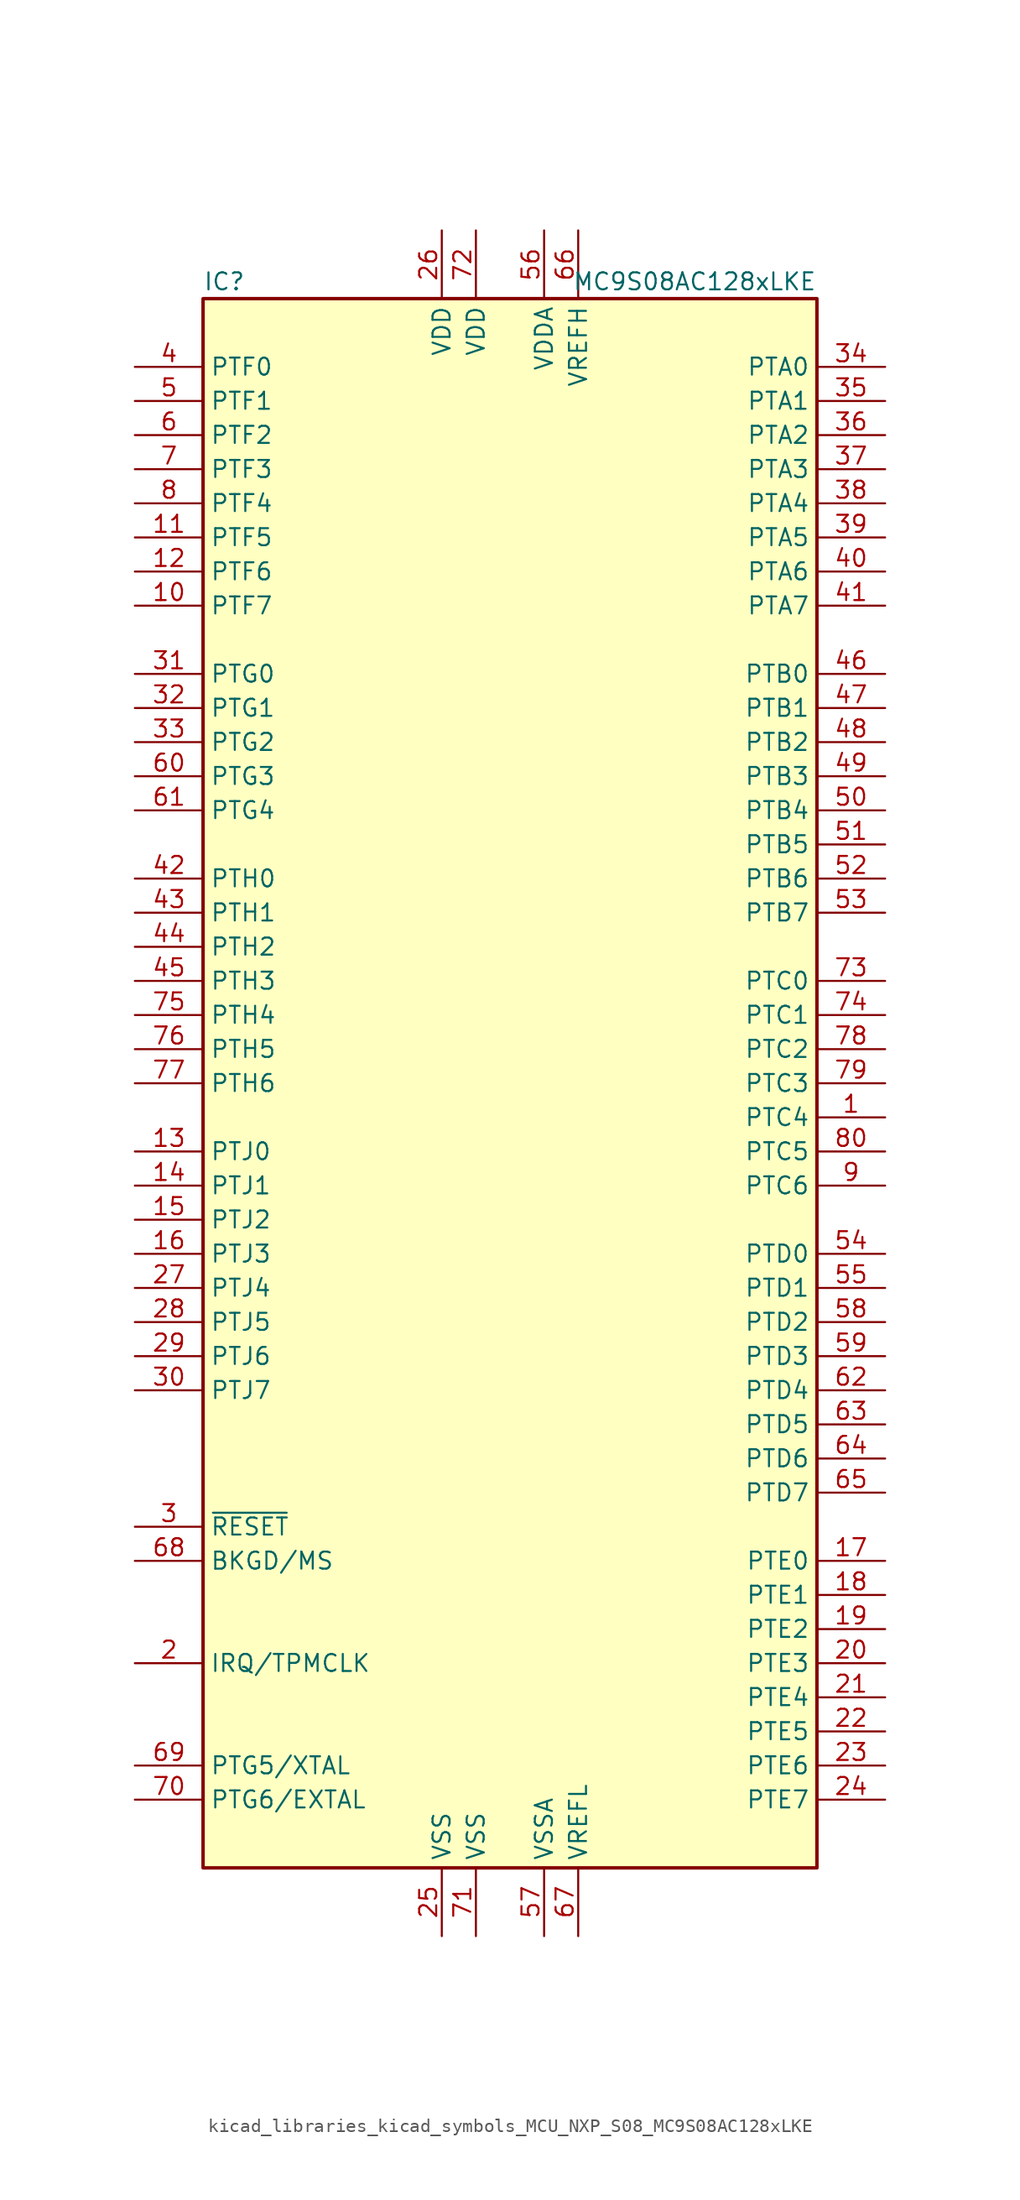
<source format=kicad_sym>
(kicad_symbol_lib
  (version 20220914)
  (generator kicad_symbol_editor)
  (symbol "kicad_libraries_kicad_symbols_MCU_NXP_S08_MC9S08AC128xLKE"
    (property "Reference" "IC"
      (at -22.86 59.69 0)
      (effects (font (size 1.27 1.27)) (justify left)))
    (property "Value" "MC9S08AC128xLKE"
      (at 22.86 59.69 0)
      (effects (font (size 1.27 1.27)) (justify right)))
    (symbol "kicad_libraries_kicad_symbols_MCU_NXP_S08_MC9S08AC128xLKE_0_1"
      (rectangle (start -22.86 58.42) (end 22.86 -58.42) (stroke (width 0.254) (type default)) (fill (type background))))
    (symbol "kicad_libraries_kicad_symbols_MCU_NXP_S08_MC9S08AC128xLKE_1_1"
      (pin bidirectional line (at 27.94 -2.54 180) (length 5.08) (name "PTC4" (effects (font (size 1.27 1.27)))) (number "1" (effects (font (size 1.27 1.27)))))
      (pin bidirectional line (at -27.94 35.56 0) (length 5.08) (name "PTF7" (effects (font (size 1.27 1.27)))) (number "10" (effects (font (size 1.27 1.27)))))
      (pin bidirectional line (at -27.94 40.64 0) (length 5.08) (name "PTF5" (effects (font (size 1.27 1.27)))) (number "11" (effects (font (size 1.27 1.27)))))
      (pin bidirectional line (at -27.94 38.1 0) (length 5.08) (name "PTF6" (effects (font (size 1.27 1.27)))) (number "12" (effects (font (size 1.27 1.27)))))
      (pin bidirectional line (at -27.94 -5.08 0) (length 5.08) (name "PTJ0" (effects (font (size 1.27 1.27)))) (number "13" (effects (font (size 1.27 1.27)))))
      (pin bidirectional line (at -27.94 -7.62 0) (length 5.08) (name "PTJ1" (effects (font (size 1.27 1.27)))) (number "14" (effects (font (size 1.27 1.27)))))
      (pin bidirectional line (at -27.94 -10.16 0) (length 5.08) (name "PTJ2" (effects (font (size 1.27 1.27)))) (number "15" (effects (font (size 1.27 1.27)))))
      (pin bidirectional line (at -27.94 -12.7 0) (length 5.08) (name "PTJ3" (effects (font (size 1.27 1.27)))) (number "16" (effects (font (size 1.27 1.27)))))
      (pin bidirectional line (at 27.94 -35.56 180) (length 5.08) (name "PTE0" (effects (font (size 1.27 1.27)))) (number "17" (effects (font (size 1.27 1.27)))))
      (pin bidirectional line (at 27.94 -38.1 180) (length 5.08) (name "PTE1" (effects (font (size 1.27 1.27)))) (number "18" (effects (font (size 1.27 1.27)))))
      (pin bidirectional line (at 27.94 -40.64 180) (length 5.08) (name "PTE2" (effects (font (size 1.27 1.27)))) (number "19" (effects (font (size 1.27 1.27)))))
      (pin input line (at -27.94 -43.18 0) (length 5.08) (name "IRQ/TPMCLK" (effects (font (size 1.27 1.27)))) (number "2" (effects (font (size 1.27 1.27)))))
      (pin bidirectional line (at 27.94 -43.18 180) (length 5.08) (name "PTE3" (effects (font (size 1.27 1.27)))) (number "20" (effects (font (size 1.27 1.27)))))
      (pin bidirectional line (at 27.94 -45.72 180) (length 5.08) (name "PTE4" (effects (font (size 1.27 1.27)))) (number "21" (effects (font (size 1.27 1.27)))))
      (pin bidirectional line (at 27.94 -48.26 180) (length 5.08) (name "PTE5" (effects (font (size 1.27 1.27)))) (number "22" (effects (font (size 1.27 1.27)))))
      (pin bidirectional line (at 27.94 -50.8 180) (length 5.08) (name "PTE6" (effects (font (size 1.27 1.27)))) (number "23" (effects (font (size 1.27 1.27)))))
      (pin bidirectional line (at 27.94 -53.34 180) (length 5.08) (name "PTE7" (effects (font (size 1.27 1.27)))) (number "24" (effects (font (size 1.27 1.27)))))
      (pin power_in line (at -5.08 -63.5 90) (length 5.08) (name "VSS" (effects (font (size 1.27 1.27)))) (number "25" (effects (font (size 1.27 1.27)))))
      (pin power_in line (at -5.08 63.5 270) (length 5.08) (name "VDD" (effects (font (size 1.27 1.27)))) (number "26" (effects (font (size 1.27 1.27)))))
      (pin bidirectional line (at -27.94 -15.24 0) (length 5.08) (name "PTJ4" (effects (font (size 1.27 1.27)))) (number "27" (effects (font (size 1.27 1.27)))))
      (pin bidirectional line (at -27.94 -17.78 0) (length 5.08) (name "PTJ5" (effects (font (size 1.27 1.27)))) (number "28" (effects (font (size 1.27 1.27)))))
      (pin bidirectional line (at -27.94 -20.32 0) (length 5.08) (name "PTJ6" (effects (font (size 1.27 1.27)))) (number "29" (effects (font (size 1.27 1.27)))))
      (pin input line (at -27.94 -33.02 0) (length 5.08) (name "~{RESET}" (effects (font (size 1.27 1.27)))) (number "3" (effects (font (size 1.27 1.27)))))
      (pin bidirectional line (at -27.94 -22.86 0) (length 5.08) (name "PTJ7" (effects (font (size 1.27 1.27)))) (number "30" (effects (font (size 1.27 1.27)))))
      (pin bidirectional line (at -27.94 30.48 0) (length 5.08) (name "PTG0" (effects (font (size 1.27 1.27)))) (number "31" (effects (font (size 1.27 1.27)))))
      (pin bidirectional line (at -27.94 27.94 0) (length 5.08) (name "PTG1" (effects (font (size 1.27 1.27)))) (number "32" (effects (font (size 1.27 1.27)))))
      (pin bidirectional line (at -27.94 25.4 0) (length 5.08) (name "PTG2" (effects (font (size 1.27 1.27)))) (number "33" (effects (font (size 1.27 1.27)))))
      (pin bidirectional line (at 27.94 53.34 180) (length 5.08) (name "PTA0" (effects (font (size 1.27 1.27)))) (number "34" (effects (font (size 1.27 1.27)))))
      (pin bidirectional line (at 27.94 50.8 180) (length 5.08) (name "PTA1" (effects (font (size 1.27 1.27)))) (number "35" (effects (font (size 1.27 1.27)))))
      (pin bidirectional line (at 27.94 48.26 180) (length 5.08) (name "PTA2" (effects (font (size 1.27 1.27)))) (number "36" (effects (font (size 1.27 1.27)))))
      (pin bidirectional line (at 27.94 45.72 180) (length 5.08) (name "PTA3" (effects (font (size 1.27 1.27)))) (number "37" (effects (font (size 1.27 1.27)))))
      (pin bidirectional line (at 27.94 43.18 180) (length 5.08) (name "PTA4" (effects (font (size 1.27 1.27)))) (number "38" (effects (font (size 1.27 1.27)))))
      (pin bidirectional line (at 27.94 40.64 180) (length 5.08) (name "PTA5" (effects (font (size 1.27 1.27)))) (number "39" (effects (font (size 1.27 1.27)))))
      (pin bidirectional line (at -27.94 53.34 0) (length 5.08) (name "PTF0" (effects (font (size 1.27 1.27)))) (number "4" (effects (font (size 1.27 1.27)))))
      (pin bidirectional line (at 27.94 38.1 180) (length 5.08) (name "PTA6" (effects (font (size 1.27 1.27)))) (number "40" (effects (font (size 1.27 1.27)))))
      (pin bidirectional line (at 27.94 35.56 180) (length 5.08) (name "PTA7" (effects (font (size 1.27 1.27)))) (number "41" (effects (font (size 1.27 1.27)))))
      (pin bidirectional line (at -27.94 15.24 0) (length 5.08) (name "PTH0" (effects (font (size 1.27 1.27)))) (number "42" (effects (font (size 1.27 1.27)))))
      (pin bidirectional line (at -27.94 12.7 0) (length 5.08) (name "PTH1" (effects (font (size 1.27 1.27)))) (number "43" (effects (font (size 1.27 1.27)))))
      (pin bidirectional line (at -27.94 10.16 0) (length 5.08) (name "PTH2" (effects (font (size 1.27 1.27)))) (number "44" (effects (font (size 1.27 1.27)))))
      (pin bidirectional line (at -27.94 7.62 0) (length 5.08) (name "PTH3" (effects (font (size 1.27 1.27)))) (number "45" (effects (font (size 1.27 1.27)))))
      (pin bidirectional line (at 27.94 30.48 180) (length 5.08) (name "PTB0" (effects (font (size 1.27 1.27)))) (number "46" (effects (font (size 1.27 1.27)))))
      (pin bidirectional line (at 27.94 27.94 180) (length 5.08) (name "PTB1" (effects (font (size 1.27 1.27)))) (number "47" (effects (font (size 1.27 1.27)))))
      (pin bidirectional line (at 27.94 25.4 180) (length 5.08) (name "PTB2" (effects (font (size 1.27 1.27)))) (number "48" (effects (font (size 1.27 1.27)))))
      (pin bidirectional line (at 27.94 22.86 180) (length 5.08) (name "PTB3" (effects (font (size 1.27 1.27)))) (number "49" (effects (font (size 1.27 1.27)))))
      (pin bidirectional line (at -27.94 50.8 0) (length 5.08) (name "PTF1" (effects (font (size 1.27 1.27)))) (number "5" (effects (font (size 1.27 1.27)))))
      (pin bidirectional line (at 27.94 20.32 180) (length 5.08) (name "PTB4" (effects (font (size 1.27 1.27)))) (number "50" (effects (font (size 1.27 1.27)))))
      (pin bidirectional line (at 27.94 17.78 180) (length 5.08) (name "PTB5" (effects (font (size 1.27 1.27)))) (number "51" (effects (font (size 1.27 1.27)))))
      (pin bidirectional line (at 27.94 15.24 180) (length 5.08) (name "PTB6" (effects (font (size 1.27 1.27)))) (number "52" (effects (font (size 1.27 1.27)))))
      (pin bidirectional line (at 27.94 12.7 180) (length 5.08) (name "PTB7" (effects (font (size 1.27 1.27)))) (number "53" (effects (font (size 1.27 1.27)))))
      (pin bidirectional line (at 27.94 -12.7 180) (length 5.08) (name "PTD0" (effects (font (size 1.27 1.27)))) (number "54" (effects (font (size 1.27 1.27)))))
      (pin bidirectional line (at 27.94 -15.24 180) (length 5.08) (name "PTD1" (effects (font (size 1.27 1.27)))) (number "55" (effects (font (size 1.27 1.27)))))
      (pin power_in line (at 2.54 63.5 270) (length 5.08) (name "VDDA" (effects (font (size 1.27 1.27)))) (number "56" (effects (font (size 1.27 1.27)))))
      (pin power_in line (at 2.54 -63.5 90) (length 5.08) (name "VSSA" (effects (font (size 1.27 1.27)))) (number "57" (effects (font (size 1.27 1.27)))))
      (pin bidirectional line (at 27.94 -17.78 180) (length 5.08) (name "PTD2" (effects (font (size 1.27 1.27)))) (number "58" (effects (font (size 1.27 1.27)))))
      (pin bidirectional line (at 27.94 -20.32 180) (length 5.08) (name "PTD3" (effects (font (size 1.27 1.27)))) (number "59" (effects (font (size 1.27 1.27)))))
      (pin bidirectional line (at -27.94 48.26 0) (length 5.08) (name "PTF2" (effects (font (size 1.27 1.27)))) (number "6" (effects (font (size 1.27 1.27)))))
      (pin bidirectional line (at -27.94 22.86 0) (length 5.08) (name "PTG3" (effects (font (size 1.27 1.27)))) (number "60" (effects (font (size 1.27 1.27)))))
      (pin bidirectional line (at -27.94 20.32 0) (length 5.08) (name "PTG4" (effects (font (size 1.27 1.27)))) (number "61" (effects (font (size 1.27 1.27)))))
      (pin bidirectional line (at 27.94 -22.86 180) (length 5.08) (name "PTD4" (effects (font (size 1.27 1.27)))) (number "62" (effects (font (size 1.27 1.27)))))
      (pin bidirectional line (at 27.94 -25.4 180) (length 5.08) (name "PTD5" (effects (font (size 1.27 1.27)))) (number "63" (effects (font (size 1.27 1.27)))))
      (pin bidirectional line (at 27.94 -27.94 180) (length 5.08) (name "PTD6" (effects (font (size 1.27 1.27)))) (number "64" (effects (font (size 1.27 1.27)))))
      (pin bidirectional line (at 27.94 -30.48 180) (length 5.08) (name "PTD7" (effects (font (size 1.27 1.27)))) (number "65" (effects (font (size 1.27 1.27)))))
      (pin power_in line (at 5.08 63.5 270) (length 5.08) (name "VREFH" (effects (font (size 1.27 1.27)))) (number "66" (effects (font (size 1.27 1.27)))))
      (pin power_in line (at 5.08 -63.5 90) (length 5.08) (name "VREFL" (effects (font (size 1.27 1.27)))) (number "67" (effects (font (size 1.27 1.27)))))
      (pin bidirectional line (at -27.94 -35.56 0) (length 5.08) (name "BKGD/MS" (effects (font (size 1.27 1.27)))) (number "68" (effects (font (size 1.27 1.27)))))
      (pin bidirectional line (at -27.94 -50.8 0) (length 5.08) (name "PTG5/XTAL" (effects (font (size 1.27 1.27)))) (number "69" (effects (font (size 1.27 1.27)))))
      (pin bidirectional line (at -27.94 45.72 0) (length 5.08) (name "PTF3" (effects (font (size 1.27 1.27)))) (number "7" (effects (font (size 1.27 1.27)))))
      (pin bidirectional line (at -27.94 -53.34 0) (length 5.08) (name "PTG6/EXTAL" (effects (font (size 1.27 1.27)))) (number "70" (effects (font (size 1.27 1.27)))))
      (pin power_in line (at -2.54 -63.5 90) (length 5.08) (name "VSS" (effects (font (size 1.27 1.27)))) (number "71" (effects (font (size 1.27 1.27)))))
      (pin power_in line (at -2.54 63.5 270) (length 5.08) (name "VDD" (effects (font (size 1.27 1.27)))) (number "72" (effects (font (size 1.27 1.27)))))
      (pin bidirectional line (at 27.94 7.62 180) (length 5.08) (name "PTC0" (effects (font (size 1.27 1.27)))) (number "73" (effects (font (size 1.27 1.27)))))
      (pin bidirectional line (at 27.94 5.08 180) (length 5.08) (name "PTC1" (effects (font (size 1.27 1.27)))) (number "74" (effects (font (size 1.27 1.27)))))
      (pin bidirectional line (at -27.94 5.08 0) (length 5.08) (name "PTH4" (effects (font (size 1.27 1.27)))) (number "75" (effects (font (size 1.27 1.27)))))
      (pin bidirectional line (at -27.94 2.54 0) (length 5.08) (name "PTH5" (effects (font (size 1.27 1.27)))) (number "76" (effects (font (size 1.27 1.27)))))
      (pin bidirectional line (at -27.94 0 0) (length 5.08) (name "PTH6" (effects (font (size 1.27 1.27)))) (number "77" (effects (font (size 1.27 1.27)))))
      (pin bidirectional line (at 27.94 2.54 180) (length 5.08) (name "PTC2" (effects (font (size 1.27 1.27)))) (number "78" (effects (font (size 1.27 1.27)))))
      (pin bidirectional line (at 27.94 0 180) (length 5.08) (name "PTC3" (effects (font (size 1.27 1.27)))) (number "79" (effects (font (size 1.27 1.27)))))
      (pin bidirectional line (at -27.94 43.18 0) (length 5.08) (name "PTF4" (effects (font (size 1.27 1.27)))) (number "8" (effects (font (size 1.27 1.27)))))
      (pin bidirectional line (at 27.94 -5.08 180) (length 5.08) (name "PTC5" (effects (font (size 1.27 1.27)))) (number "80" (effects (font (size 1.27 1.27)))))
      (pin bidirectional line (at 27.94 -7.62 180) (length 5.08) (name "PTC6" (effects (font (size 1.27 1.27)))) (number "9" (effects (font (size 1.27 1.27))))))))
</source>
